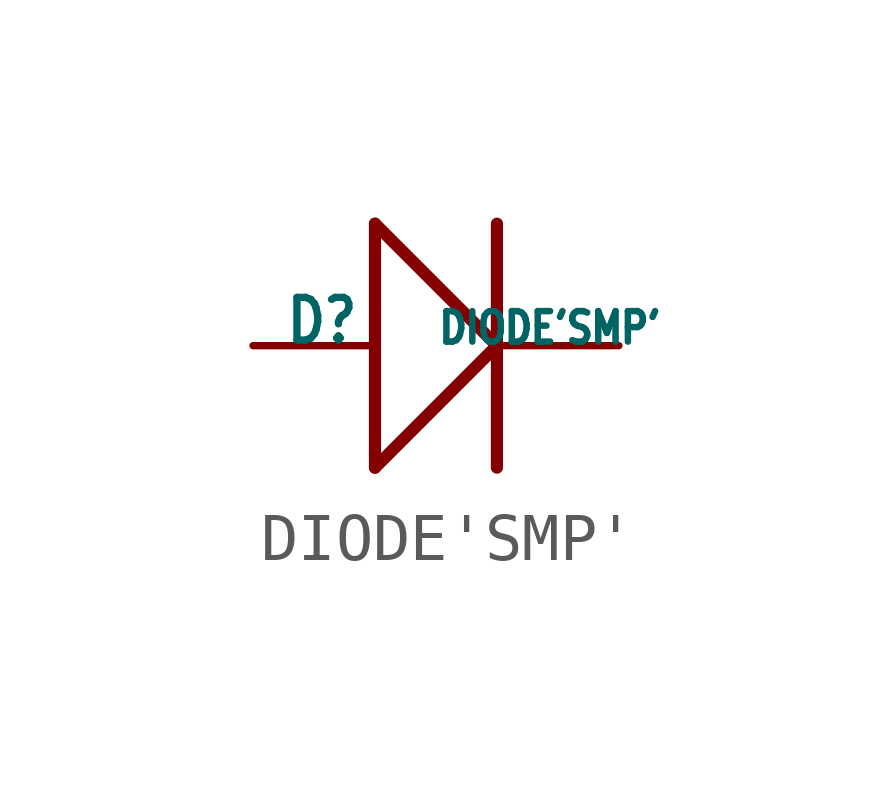
<source format=kicad_sym>
(kicad_symbol_lib
  (version 20211014)
  (generator kicad_symbol_editor)
  (symbol "DIODE'SMP'"
    (property "Reference" "D"
      (at -3.175 0 0)
      (effects (font (size 0.889 0.756)) (justify left bottom)))
    (property "Value" "DIODE'SMP'"
      (at 0 0 0)
      (effects (font (size 0.635 0.54)) (justify left bottom)))
    (property "ki_locked" ""
      (at 0 0 0)
      (effects (font (size 1.27 1.27))))
    (symbol "DIODE'SMP'_1_0"
      (polyline (pts (xy -1.27 -2.54) (xy -1.27 2.54)) (stroke (width 0.254) (type default) (color 0 0 0 0)) (fill (type none)))
      (polyline (pts (xy -1.27 -2.54) (xy 1.27 0)) (stroke (width 0.254) (type default) (color 0 0 0 0)) (fill (type none)))
      (polyline (pts (xy -1.27 2.54) (xy 1.27 0)) (stroke (width 0.254) (type default) (color 0 0 0 0)) (fill (type none)))
      (polyline (pts (xy 1.27 2.54) (xy 1.27 -2.54)) (stroke (width 0.254) (type default) (color 0 0 0 0)) (fill (type none)))
      (pin passive line (at -3.81 0 0) (length 2.54) (name "+" (effects (font (size 0 0)))) (number "+" (effects (font (size 0 0)))))
      (pin passive line (at 3.81 0 180) (length 2.54) (name "-" (effects (font (size 0 0)))) (number "-" (effects (font (size 0 0))))))))
</source>
